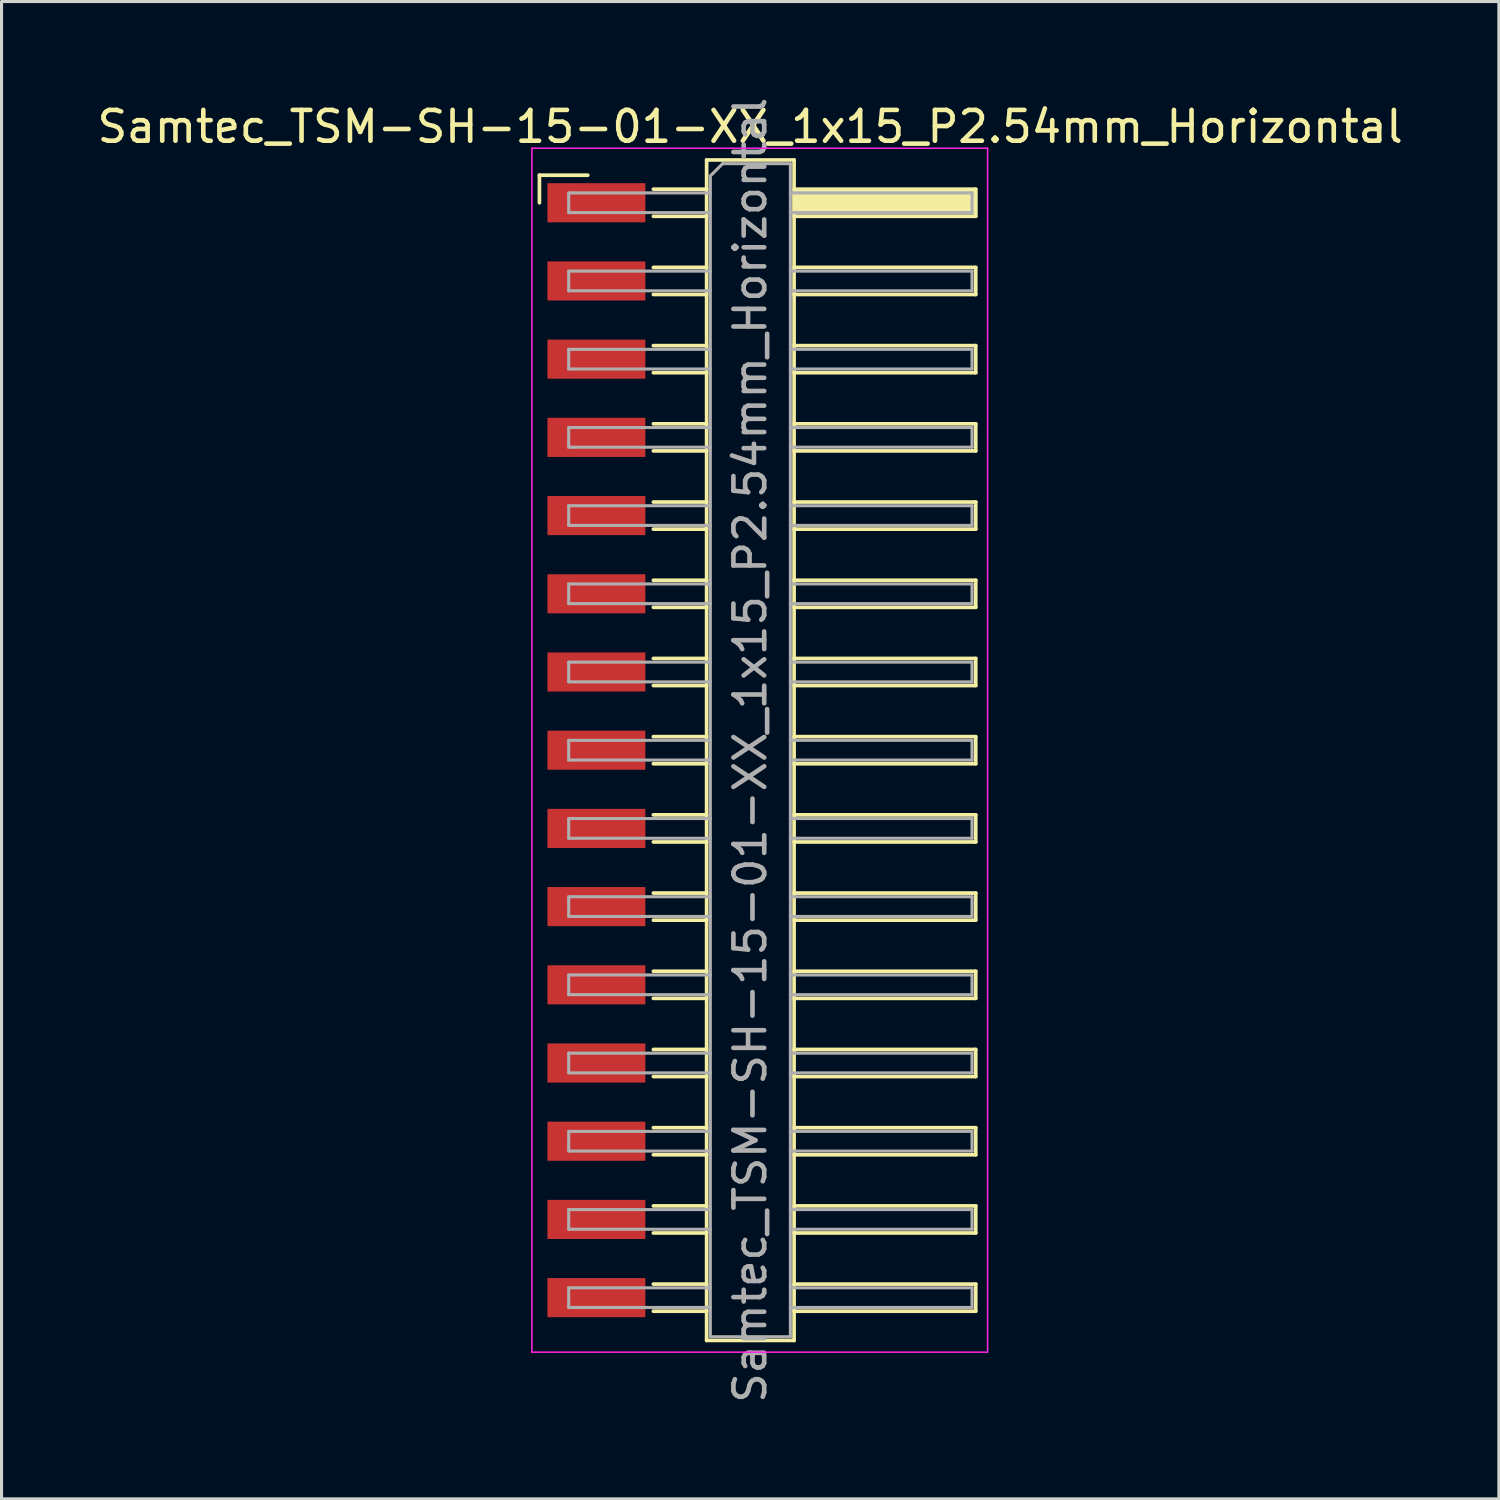
<source format=kicad_pcb>
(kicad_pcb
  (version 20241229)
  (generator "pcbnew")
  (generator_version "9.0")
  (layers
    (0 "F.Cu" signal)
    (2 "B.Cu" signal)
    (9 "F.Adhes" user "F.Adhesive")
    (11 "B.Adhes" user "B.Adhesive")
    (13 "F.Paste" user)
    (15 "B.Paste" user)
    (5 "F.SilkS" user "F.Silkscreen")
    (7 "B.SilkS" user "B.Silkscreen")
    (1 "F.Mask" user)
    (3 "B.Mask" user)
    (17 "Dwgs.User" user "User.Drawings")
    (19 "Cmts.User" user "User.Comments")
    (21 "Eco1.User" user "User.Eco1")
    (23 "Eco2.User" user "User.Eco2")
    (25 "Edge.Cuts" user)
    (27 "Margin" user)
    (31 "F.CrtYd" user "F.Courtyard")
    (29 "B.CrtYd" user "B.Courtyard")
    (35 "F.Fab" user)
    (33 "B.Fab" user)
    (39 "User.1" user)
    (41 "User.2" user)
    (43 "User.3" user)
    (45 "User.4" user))
  (footprint "Samtec_TSM-SH-15-01-XX_1x15_P2.54mm_Horizontal"
    (layer "F.Cu")
    (at 21.505 21.315)
    (property "Reference" "Samtec_TSM-SH-15-01-XX_1x15_P2.54mm_Horizontal" (at -0.19 -20.25 0) (layer "F.SilkS") (effects (font (size 1 1) (thickness 0.15))))
    (attr smd)
    (fp_line (start -7.035 -18.675) (end -5.465 -18.675) (stroke (width 0.12) (type solid)) (layer "F.SilkS"))
    (fp_line (start -7.035 -17.78) (end -7.035 -18.675) (stroke (width 0.12) (type solid)) (layer "F.SilkS"))
    (fp_line (start -3.335 -18.22) (end -1.605 -18.22) (stroke (width 0.12) (type solid)) (layer "F.SilkS"))
    (fp_line (start -3.335 -17.34) (end -1.605 -17.34) (stroke (width 0.12) (type solid)) (layer "F.SilkS"))
    (fp_line (start -3.335 -15.68) (end -1.605 -15.68) (stroke (width 0.12) (type solid)) (layer "F.SilkS"))
    (fp_line (start -3.335 -14.8) (end -1.605 -14.8) (stroke (width 0.12) (type solid)) (layer "F.SilkS"))
    (fp_line (start -3.335 -13.14) (end -1.605 -13.14) (stroke (width 0.12) (type solid)) (layer "F.SilkS"))
    (fp_line (start -3.335 -12.26) (end -1.605 -12.26) (stroke (width 0.12) (type solid)) (layer "F.SilkS"))
    (fp_line (start -3.335 -10.6) (end -1.605 -10.6) (stroke (width 0.12) (type solid)) (layer "F.SilkS"))
    (fp_line (start -3.335 -9.72) (end -1.605 -9.72) (stroke (width 0.12) (type solid)) (layer "F.SilkS"))
    (fp_line (start -3.335 -8.06) (end -1.605 -8.06) (stroke (width 0.12) (type solid)) (layer "F.SilkS"))
    (fp_line (start -3.335 -7.18) (end -1.605 -7.18) (stroke (width 0.12) (type solid)) (layer "F.SilkS"))
    (fp_line (start -3.335 -5.52) (end -1.605 -5.52) (stroke (width 0.12) (type solid)) (layer "F.SilkS"))
    (fp_line (start -3.335 -4.64) (end -1.605 -4.64) (stroke (width 0.12) (type solid)) (layer "F.SilkS"))
    (fp_line (start -3.335 -2.98) (end -1.605 -2.98) (stroke (width 0.12) (type solid)) (layer "F.SilkS"))
    (fp_line (start -3.335 -2.1) (end -1.605 -2.1) (stroke (width 0.12) (type solid)) (layer "F.SilkS"))
    (fp_line (start -3.335 -0.44) (end -1.605 -0.44) (stroke (width 0.12) (type solid)) (layer "F.SilkS"))
    (fp_line (start -3.335 0.44) (end -1.605 0.44) (stroke (width 0.12) (type solid)) (layer "F.SilkS"))
    (fp_line (start -3.335 2.1) (end -1.605 2.1) (stroke (width 0.12) (type solid)) (layer "F.SilkS"))
    (fp_line (start -3.335 2.98) (end -1.605 2.98) (stroke (width 0.12) (type solid)) (layer "F.SilkS"))
    (fp_line (start -3.335 4.64) (end -1.605 4.64) (stroke (width 0.12) (type solid)) (layer "F.SilkS"))
    (fp_line (start -3.335 5.52) (end -1.605 5.52) (stroke (width 0.12) (type solid)) (layer "F.SilkS"))
    (fp_line (start -3.335 7.18) (end -1.605 7.18) (stroke (width 0.12) (type solid)) (layer "F.SilkS"))
    (fp_line (start -3.335 8.06) (end -1.605 8.06) (stroke (width 0.12) (type solid)) (layer "F.SilkS"))
    (fp_line (start -3.335 9.72) (end -1.605 9.72) (stroke (width 0.12) (type solid)) (layer "F.SilkS"))
    (fp_line (start -3.335 10.6) (end -1.605 10.6) (stroke (width 0.12) (type solid)) (layer "F.SilkS"))
    (fp_line (start -3.335 12.26) (end -1.605 12.26) (stroke (width 0.12) (type solid)) (layer "F.SilkS"))
    (fp_line (start -3.335 13.14) (end -1.605 13.14) (stroke (width 0.12) (type solid)) (layer "F.SilkS"))
    (fp_line (start -3.335 14.8) (end -1.605 14.8) (stroke (width 0.12) (type solid)) (layer "F.SilkS"))
    (fp_line (start -3.335 15.68) (end -1.605 15.68) (stroke (width 0.12) (type solid)) (layer "F.SilkS"))
    (fp_line (start -3.335 17.34) (end -1.605 17.34) (stroke (width 0.12) (type solid)) (layer "F.SilkS"))
    (fp_line (start -3.335 18.22) (end -1.605 18.22) (stroke (width 0.12) (type solid)) (layer "F.SilkS"))
    (fp_line (start -1.605 -19.17) (end 1.235 -19.17) (stroke (width 0.12) (type solid)) (layer "F.SilkS"))
    (fp_line (start -1.605 19.17) (end -1.605 -19.17) (stroke (width 0.12) (type solid)) (layer "F.SilkS"))
    (fp_line (start 1.235 -19.17) (end 1.235 19.17) (stroke (width 0.12) (type solid)) (layer "F.SilkS"))
    (fp_line (start 1.235 -18.22) (end 7.135 -18.22) (stroke (width 0.12) (type solid)) (layer "F.SilkS"))
    (fp_line (start 1.235 -15.68) (end 7.135 -15.68) (stroke (width 0.12) (type solid)) (layer "F.SilkS"))
    (fp_line (start 1.235 -13.14) (end 7.135 -13.14) (stroke (width 0.12) (type solid)) (layer "F.SilkS"))
    (fp_line (start 1.235 -10.6) (end 7.135 -10.6) (stroke (width 0.12) (type solid)) (layer "F.SilkS"))
    (fp_line (start 1.235 -8.06) (end 7.135 -8.06) (stroke (width 0.12) (type solid)) (layer "F.SilkS"))
    (fp_line (start 1.235 -5.52) (end 7.135 -5.52) (stroke (width 0.12) (type solid)) (layer "F.SilkS"))
    (fp_line (start 1.235 -2.98) (end 7.135 -2.98) (stroke (width 0.12) (type solid)) (layer "F.SilkS"))
    (fp_line (start 1.235 -0.44) (end 7.135 -0.44) (stroke (width 0.12) (type solid)) (layer "F.SilkS"))
    (fp_line (start 1.235 2.1) (end 7.135 2.1) (stroke (width 0.12) (type solid)) (layer "F.SilkS"))
    (fp_line (start 1.235 4.64) (end 7.135 4.64) (stroke (width 0.12) (type solid)) (layer "F.SilkS"))
    (fp_line (start 1.235 7.18) (end 7.135 7.18) (stroke (width 0.12) (type solid)) (layer "F.SilkS"))
    (fp_line (start 1.235 9.72) (end 7.135 9.72) (stroke (width 0.12) (type solid)) (layer "F.SilkS"))
    (fp_line (start 1.235 12.26) (end 7.135 12.26) (stroke (width 0.12) (type solid)) (layer "F.SilkS"))
    (fp_line (start 1.235 14.8) (end 7.135 14.8) (stroke (width 0.12) (type solid)) (layer "F.SilkS"))
    (fp_line (start 1.235 17.34) (end 7.135 17.34) (stroke (width 0.12) (type solid)) (layer "F.SilkS"))
    (fp_line (start 1.235 19.17) (end -1.605 19.17) (stroke (width 0.12) (type solid)) (layer "F.SilkS"))
    (fp_line (start 7.135 -18.22) (end 7.135 -17.34) (stroke (width 0.12) (type solid)) (layer "F.SilkS"))
    (fp_line (start 7.135 -17.34) (end 1.235 -17.34) (stroke (width 0.12) (type solid)) (layer "F.SilkS"))
    (fp_line (start 7.135 -15.68) (end 7.135 -14.8) (stroke (width 0.12) (type solid)) (layer "F.SilkS"))
    (fp_line (start 7.135 -14.8) (end 1.235 -14.8) (stroke (width 0.12) (type solid)) (layer "F.SilkS"))
    (fp_line (start 7.135 -13.14) (end 7.135 -12.26) (stroke (width 0.12) (type solid)) (layer "F.SilkS"))
    (fp_line (start 7.135 -12.26) (end 1.235 -12.26) (stroke (width 0.12) (type solid)) (layer "F.SilkS"))
    (fp_line (start 7.135 -10.6) (end 7.135 -9.72) (stroke (width 0.12) (type solid)) (layer "F.SilkS"))
    (fp_line (start 7.135 -9.72) (end 1.235 -9.72) (stroke (width 0.12) (type solid)) (layer "F.SilkS"))
    (fp_line (start 7.135 -8.06) (end 7.135 -7.18) (stroke (width 0.12) (type solid)) (layer "F.SilkS"))
    (fp_line (start 7.135 -7.18) (end 1.235 -7.18) (stroke (width 0.12) (type solid)) (layer "F.SilkS"))
    (fp_line (start 7.135 -5.52) (end 7.135 -4.64) (stroke (width 0.12) (type solid)) (layer "F.SilkS"))
    (fp_line (start 7.135 -4.64) (end 1.235 -4.64) (stroke (width 0.12) (type solid)) (layer "F.SilkS"))
    (fp_line (start 7.135 -2.98) (end 7.135 -2.1) (stroke (width 0.12) (type solid)) (layer "F.SilkS"))
    (fp_line (start 7.135 -2.1) (end 1.235 -2.1) (stroke (width 0.12) (type solid)) (layer "F.SilkS"))
    (fp_line (start 7.135 -0.44) (end 7.135 0.44) (stroke (width 0.12) (type solid)) (layer "F.SilkS"))
    (fp_line (start 7.135 0.44) (end 1.235 0.44) (stroke (width 0.12) (type solid)) (layer "F.SilkS"))
    (fp_line (start 7.135 2.1) (end 7.135 2.98) (stroke (width 0.12) (type solid)) (layer "F.SilkS"))
    (fp_line (start 7.135 2.98) (end 1.235 2.98) (stroke (width 0.12) (type solid)) (layer "F.SilkS"))
    (fp_line (start 7.135 4.64) (end 7.135 5.52) (stroke (width 0.12) (type solid)) (layer "F.SilkS"))
    (fp_line (start 7.135 5.52) (end 1.235 5.52) (stroke (width 0.12) (type solid)) (layer "F.SilkS"))
    (fp_line (start 7.135 7.18) (end 7.135 8.06) (stroke (width 0.12) (type solid)) (layer "F.SilkS"))
    (fp_line (start 7.135 8.06) (end 1.235 8.06) (stroke (width 0.12) (type solid)) (layer "F.SilkS"))
    (fp_line (start 7.135 9.72) (end 7.135 10.6) (stroke (width 0.12) (type solid)) (layer "F.SilkS"))
    (fp_line (start 7.135 10.6) (end 1.235 10.6) (stroke (width 0.12) (type solid)) (layer "F.SilkS"))
    (fp_line (start 7.135 12.26) (end 7.135 13.14) (stroke (width 0.12) (type solid)) (layer "F.SilkS"))
    (fp_line (start 7.135 13.14) (end 1.235 13.14) (stroke (width 0.12) (type solid)) (layer "F.SilkS"))
    (fp_line (start 7.135 14.8) (end 7.135 15.68) (stroke (width 0.12) (type solid)) (layer "F.SilkS"))
    (fp_line (start 7.135 15.68) (end 1.235 15.68) (stroke (width 0.12) (type solid)) (layer "F.SilkS"))
    (fp_line (start 7.135 17.34) (end 7.135 18.22) (stroke (width 0.12) (type solid)) (layer "F.SilkS"))
    (fp_line (start 7.135 18.22) (end 1.235 18.22) (stroke (width 0.12) (type solid)) (layer "F.SilkS"))
    (fp_line (start -7.28 -19.55) (end 7.52 -19.55) (stroke (width 0.05) (type solid)) (layer "F.CrtYd"))
    (fp_line (start -7.28 19.55) (end -7.28 -19.55) (stroke (width 0.05) (type solid)) (layer "F.CrtYd"))
    (fp_line (start 7.52 -19.55) (end 7.52 19.55) (stroke (width 0.05) (type solid)) (layer "F.CrtYd"))
    (fp_line (start 7.52 19.55) (end -7.28 19.55) (stroke (width 0.05) (type solid)) (layer "F.CrtYd"))
    (fp_line (start -6.085 -18.1) (end -6.085 -17.46) (stroke (width 0.1) (type solid)) (layer "F.Fab"))
    (fp_line (start -6.085 -17.46) (end -1.485 -17.46) (stroke (width 0.1) (type solid)) (layer "F.Fab"))
    (fp_line (start -6.085 -15.56) (end -6.085 -14.92) (stroke (width 0.1) (type solid)) (layer "F.Fab"))
    (fp_line (start -6.085 -14.92) (end -1.485 -14.92) (stroke (width 0.1) (type solid)) (layer "F.Fab"))
    (fp_line (start -6.085 -13.02) (end -6.085 -12.38) (stroke (width 0.1) (type solid)) (layer "F.Fab"))
    (fp_line (start -6.085 -12.38) (end -1.485 -12.38) (stroke (width 0.1) (type solid)) (layer "F.Fab"))
    (fp_line (start -6.085 -10.48) (end -6.085 -9.84) (stroke (width 0.1) (type solid)) (layer "F.Fab"))
    (fp_line (start -6.085 -9.84) (end -1.485 -9.84) (stroke (width 0.1) (type solid)) (layer "F.Fab"))
    (fp_line (start -6.085 -7.94) (end -6.085 -7.3) (stroke (width 0.1) (type solid)) (layer "F.Fab"))
    (fp_line (start -6.085 -7.3) (end -1.485 -7.3) (stroke (width 0.1) (type solid)) (layer "F.Fab"))
    (fp_line (start -6.085 -5.4) (end -6.085 -4.76) (stroke (width 0.1) (type solid)) (layer "F.Fab"))
    (fp_line (start -6.085 -4.76) (end -1.485 -4.76) (stroke (width 0.1) (type solid)) (layer "F.Fab"))
    (fp_line (start -6.085 -2.86) (end -6.085 -2.22) (stroke (width 0.1) (type solid)) (layer "F.Fab"))
    (fp_line (start -6.085 -2.22) (end -1.485 -2.22) (stroke (width 0.1) (type solid)) (layer "F.Fab"))
    (fp_line (start -6.085 -0.32) (end -6.085 0.32) (stroke (width 0.1) (type solid)) (layer "F.Fab"))
    (fp_line (start -6.085 0.32) (end -1.485 0.32) (stroke (width 0.1) (type solid)) (layer "F.Fab"))
    (fp_line (start -6.085 2.22) (end -6.085 2.86) (stroke (width 0.1) (type solid)) (layer "F.Fab"))
    (fp_line (start -6.085 2.86) (end -1.485 2.86) (stroke (width 0.1) (type solid)) (layer "F.Fab"))
    (fp_line (start -6.085 4.76) (end -6.085 5.4) (stroke (width 0.1) (type solid)) (layer "F.Fab"))
    (fp_line (start -6.085 5.4) (end -1.485 5.4) (stroke (width 0.1) (type solid)) (layer "F.Fab"))
    (fp_line (start -6.085 7.3) (end -6.085 7.94) (stroke (width 0.1) (type solid)) (layer "F.Fab"))
    (fp_line (start -6.085 7.94) (end -1.485 7.94) (stroke (width 0.1) (type solid)) (layer "F.Fab"))
    (fp_line (start -6.085 9.84) (end -6.085 10.48) (stroke (width 0.1) (type solid)) (layer "F.Fab"))
    (fp_line (start -6.085 10.48) (end -1.485 10.48) (stroke (width 0.1) (type solid)) (layer "F.Fab"))
    (fp_line (start -6.085 12.38) (end -6.085 13.02) (stroke (width 0.1) (type solid)) (layer "F.Fab"))
    (fp_line (start -6.085 13.02) (end -1.485 13.02) (stroke (width 0.1) (type solid)) (layer "F.Fab"))
    (fp_line (start -6.085 14.92) (end -6.085 15.56) (stroke (width 0.1) (type solid)) (layer "F.Fab"))
    (fp_line (start -6.085 15.56) (end -1.485 15.56) (stroke (width 0.1) (type solid)) (layer "F.Fab"))
    (fp_line (start -6.085 17.46) (end -6.085 18.1) (stroke (width 0.1) (type solid)) (layer "F.Fab"))
    (fp_line (start -6.085 18.1) (end -1.485 18.1) (stroke (width 0.1) (type solid)) (layer "F.Fab"))
    (fp_line (start -1.485 -18.65) (end -1.085 -19.05) (stroke (width 0.1) (type solid)) (layer "F.Fab"))
    (fp_line (start -1.485 -18.1) (end -6.085 -18.1) (stroke (width 0.1) (type solid)) (layer "F.Fab"))
    (fp_line (start -1.485 -15.56) (end -6.085 -15.56) (stroke (width 0.1) (type solid)) (layer "F.Fab"))
    (fp_line (start -1.485 -13.02) (end -6.085 -13.02) (stroke (width 0.1) (type solid)) (layer "F.Fab"))
    (fp_line (start -1.485 -10.48) (end -6.085 -10.48) (stroke (width 0.1) (type solid)) (layer "F.Fab"))
    (fp_line (start -1.485 -7.94) (end -6.085 -7.94) (stroke (width 0.1) (type solid)) (layer "F.Fab"))
    (fp_line (start -1.485 -5.4) (end -6.085 -5.4) (stroke (width 0.1) (type solid)) (layer "F.Fab"))
    (fp_line (start -1.485 -2.86) (end -6.085 -2.86) (stroke (width 0.1) (type solid)) (layer "F.Fab"))
    (fp_line (start -1.485 -0.32) (end -6.085 -0.32) (stroke (width 0.1) (type solid)) (layer "F.Fab"))
    (fp_line (start -1.485 2.22) (end -6.085 2.22) (stroke (width 0.1) (type solid)) (layer "F.Fab"))
    (fp_line (start -1.485 4.76) (end -6.085 4.76) (stroke (width 0.1) (type solid)) (layer "F.Fab"))
    (fp_line (start -1.485 7.3) (end -6.085 7.3) (stroke (width 0.1) (type solid)) (layer "F.Fab"))
    (fp_line (start -1.485 9.84) (end -6.085 9.84) (stroke (width 0.1) (type solid)) (layer "F.Fab"))
    (fp_line (start -1.485 12.38) (end -6.085 12.38) (stroke (width 0.1) (type solid)) (layer "F.Fab"))
    (fp_line (start -1.485 14.92) (end -6.085 14.92) (stroke (width 0.1) (type solid)) (layer "F.Fab"))
    (fp_line (start -1.485 17.46) (end -6.085 17.46) (stroke (width 0.1) (type solid)) (layer "F.Fab"))
    (fp_line (start -1.485 19.05) (end -1.485 -18.65) (stroke (width 0.1) (type solid)) (layer "F.Fab"))
    (fp_line (start -1.085 -19.05) (end 1.115 -19.05) (stroke (width 0.1) (type solid)) (layer "F.Fab"))
    (fp_line (start 1.115 -19.05) (end 1.115 19.05) (stroke (width 0.1) (type solid)) (layer "F.Fab"))
    (fp_line (start 1.115 -18.1) (end 7.015 -18.1) (stroke (width 0.1) (type solid)) (layer "F.Fab"))
    (fp_line (start 1.115 -15.56) (end 7.015 -15.56) (stroke (width 0.1) (type solid)) (layer "F.Fab"))
    (fp_line (start 1.115 -13.02) (end 7.015 -13.02) (stroke (width 0.1) (type solid)) (layer "F.Fab"))
    (fp_line (start 1.115 -10.48) (end 7.015 -10.48) (stroke (width 0.1) (type solid)) (layer "F.Fab"))
    (fp_line (start 1.115 -7.94) (end 7.015 -7.94) (stroke (width 0.1) (type solid)) (layer "F.Fab"))
    (fp_line (start 1.115 -5.4) (end 7.015 -5.4) (stroke (width 0.1) (type solid)) (layer "F.Fab"))
    (fp_line (start 1.115 -2.86) (end 7.015 -2.86) (stroke (width 0.1) (type solid)) (layer "F.Fab"))
    (fp_line (start 1.115 -0.32) (end 7.015 -0.32) (stroke (width 0.1) (type solid)) (layer "F.Fab"))
    (fp_line (start 1.115 2.22) (end 7.015 2.22) (stroke (width 0.1) (type solid)) (layer "F.Fab"))
    (fp_line (start 1.115 4.76) (end 7.015 4.76) (stroke (width 0.1) (type solid)) (layer "F.Fab"))
    (fp_line (start 1.115 7.3) (end 7.015 7.3) (stroke (width 0.1) (type solid)) (layer "F.Fab"))
    (fp_line (start 1.115 9.84) (end 7.015 9.84) (stroke (width 0.1) (type solid)) (layer "F.Fab"))
    (fp_line (start 1.115 12.38) (end 7.015 12.38) (stroke (width 0.1) (type solid)) (layer "F.Fab"))
    (fp_line (start 1.115 14.92) (end 7.015 14.92) (stroke (width 0.1) (type solid)) (layer "F.Fab"))
    (fp_line (start 1.115 17.46) (end 7.015 17.46) (stroke (width 0.1) (type solid)) (layer "F.Fab"))
    (fp_line (start 1.115 19.05) (end -1.485 19.05) (stroke (width 0.1) (type solid)) (layer "F.Fab"))
    (fp_line (start 7.015 -18.1) (end 7.015 -17.46) (stroke (width 0.1) (type solid)) (layer "F.Fab"))
    (fp_line (start 7.015 -17.46) (end 1.115 -17.46) (stroke (width 0.1) (type solid)) (layer "F.Fab"))
    (fp_line (start 7.015 -15.56) (end 7.015 -14.92) (stroke (width 0.1) (type solid)) (layer "F.Fab"))
    (fp_line (start 7.015 -14.92) (end 1.115 -14.92) (stroke (width 0.1) (type solid)) (layer "F.Fab"))
    (fp_line (start 7.015 -13.02) (end 7.015 -12.38) (stroke (width 0.1) (type solid)) (layer "F.Fab"))
    (fp_line (start 7.015 -12.38) (end 1.115 -12.38) (stroke (width 0.1) (type solid)) (layer "F.Fab"))
    (fp_line (start 7.015 -10.48) (end 7.015 -9.84) (stroke (width 0.1) (type solid)) (layer "F.Fab"))
    (fp_line (start 7.015 -9.84) (end 1.115 -9.84) (stroke (width 0.1) (type solid)) (layer "F.Fab"))
    (fp_line (start 7.015 -7.94) (end 7.015 -7.3) (stroke (width 0.1) (type solid)) (layer "F.Fab"))
    (fp_line (start 7.015 -7.3) (end 1.115 -7.3) (stroke (width 0.1) (type solid)) (layer "F.Fab"))
    (fp_line (start 7.015 -5.4) (end 7.015 -4.76) (stroke (width 0.1) (type solid)) (layer "F.Fab"))
    (fp_line (start 7.015 -4.76) (end 1.115 -4.76) (stroke (width 0.1) (type solid)) (layer "F.Fab"))
    (fp_line (start 7.015 -2.86) (end 7.015 -2.22) (stroke (width 0.1) (type solid)) (layer "F.Fab"))
    (fp_line (start 7.015 -2.22) (end 1.115 -2.22) (stroke (width 0.1) (type solid)) (layer "F.Fab"))
    (fp_line (start 7.015 -0.32) (end 7.015 0.32) (stroke (width 0.1) (type solid)) (layer "F.Fab"))
    (fp_line (start 7.015 0.32) (end 1.115 0.32) (stroke (width 0.1) (type solid)) (layer "F.Fab"))
    (fp_line (start 7.015 2.22) (end 7.015 2.86) (stroke (width 0.1) (type solid)) (layer "F.Fab"))
    (fp_line (start 7.015 2.86) (end 1.115 2.86) (stroke (width 0.1) (type solid)) (layer "F.Fab"))
    (fp_line (start 7.015 4.76) (end 7.015 5.4) (stroke (width 0.1) (type solid)) (layer "F.Fab"))
    (fp_line (start 7.015 5.4) (end 1.115 5.4) (stroke (width 0.1) (type solid)) (layer "F.Fab"))
    (fp_line (start 7.015 7.3) (end 7.015 7.94) (stroke (width 0.1) (type solid)) (layer "F.Fab"))
    (fp_line (start 7.015 7.94) (end 1.115 7.94) (stroke (width 0.1) (type solid)) (layer "F.Fab"))
    (fp_line (start 7.015 9.84) (end 7.015 10.48) (stroke (width 0.1) (type solid)) (layer "F.Fab"))
    (fp_line (start 7.015 10.48) (end 1.115 10.48) (stroke (width 0.1) (type solid)) (layer "F.Fab"))
    (fp_line (start 7.015 12.38) (end 7.015 13.02) (stroke (width 0.1) (type solid)) (layer "F.Fab"))
    (fp_line (start 7.015 13.02) (end 1.115 13.02) (stroke (width 0.1) (type solid)) (layer "F.Fab"))
    (fp_line (start 7.015 14.92) (end 7.015 15.56) (stroke (width 0.1) (type solid)) (layer "F.Fab"))
    (fp_line (start 7.015 15.56) (end 1.115 15.56) (stroke (width 0.1) (type solid)) (layer "F.Fab"))
    (fp_line (start 7.015 17.46) (end 7.015 18.1) (stroke (width 0.1) (type solid)) (layer "F.Fab"))
    (fp_line (start 7.015 18.1) (end 1.115 18.1) (stroke (width 0.1) (type solid)) (layer "F.Fab"))
    (fp_text user "${REFERENCE}" (at -0.19 0 90) (layer "F.Fab") (effects (font (size 1 1) (thickness 0.15))))
    (pad "" smd rect (at 4.185 -17.78) (size 6 0.76) (layers "F.SilkS"))
    (pad "1" smd rect (at -5.185 -17.78) (size 3.18 1.27) (layers "F.Cu" "F.Mask" "F.Paste"))
    (pad "2" smd rect (at -5.185 -15.24) (size 3.18 1.27) (layers "F.Cu" "F.Mask" "F.Paste"))
    (pad "3" smd rect (at -5.185 -12.7) (size 3.18 1.27) (layers "F.Cu" "F.Mask" "F.Paste"))
    (pad "4" smd rect (at -5.185 -10.16) (size 3.18 1.27) (layers "F.Cu" "F.Mask" "F.Paste"))
    (pad "5" smd rect (at -5.185 -7.62) (size 3.18 1.27) (layers "F.Cu" "F.Mask" "F.Paste"))
    (pad "6" smd rect (at -5.185 -5.08) (size 3.18 1.27) (layers "F.Cu" "F.Mask" "F.Paste"))
    (pad "7" smd rect (at -5.185 -2.54) (size 3.18 1.27) (layers "F.Cu" "F.Mask" "F.Paste"))
    (pad "8" smd rect (at -5.185 0) (size 3.18 1.27) (layers "F.Cu" "F.Mask" "F.Paste"))
    (pad "9" smd rect (at -5.185 2.54) (size 3.18 1.27) (layers "F.Cu" "F.Mask" "F.Paste"))
    (pad "10" smd rect (at -5.185 5.08) (size 3.18 1.27) (layers "F.Cu" "F.Mask" "F.Paste"))
    (pad "11" smd rect (at -5.185 7.62) (size 3.18 1.27) (layers "F.Cu" "F.Mask" "F.Paste"))
    (pad "12" smd rect (at -5.185 10.16) (size 3.18 1.27) (layers "F.Cu" "F.Mask" "F.Paste"))
    (pad "13" smd rect (at -5.185 12.7) (size 3.18 1.27) (layers "F.Cu" "F.Mask" "F.Paste"))
    (pad "14" smd rect (at -5.185 15.24) (size 3.18 1.27) (layers "F.Cu" "F.Mask" "F.Paste"))
    (pad "15" smd rect (at -5.185 17.78) (size 3.18 1.27) (layers "F.Cu" "F.Mask" "F.Paste")))
  (gr_rect
    (start -3 -3)
    (end 45.631 45.631)
    (stroke (width 0.1) (type default))
    (fill no)
    (layer "Edge.Cuts")))
</source>
